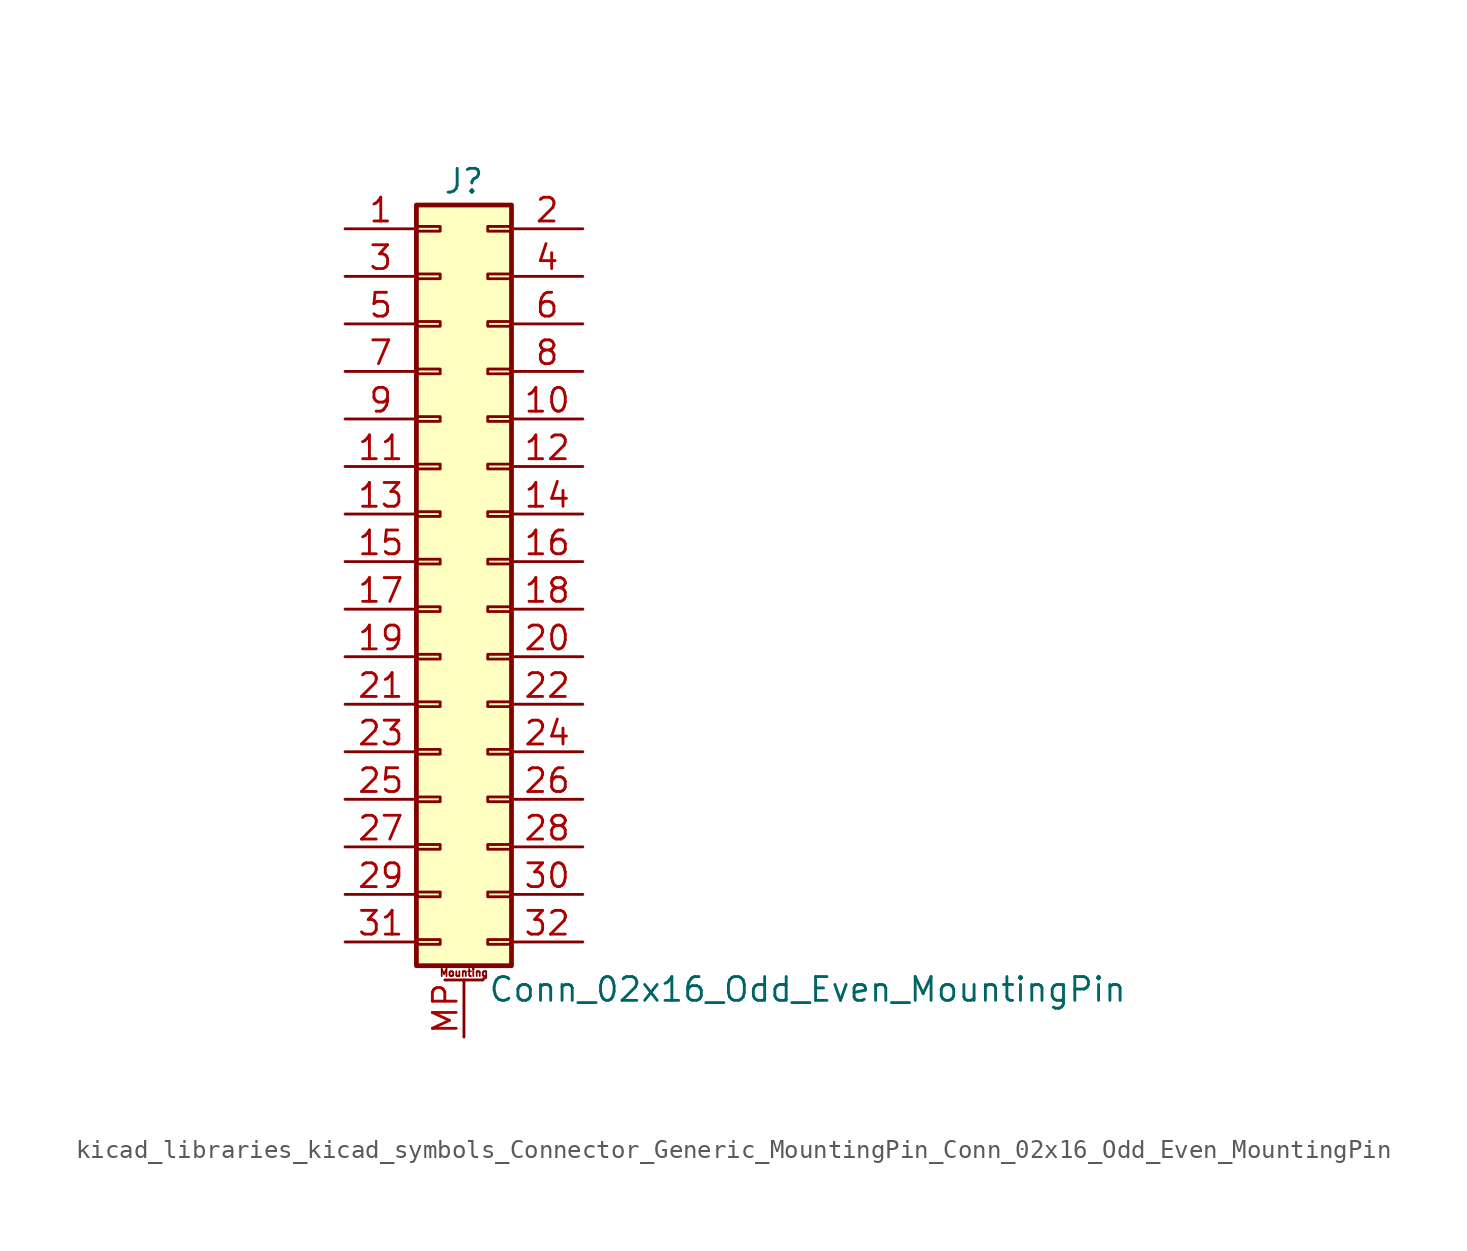
<source format=kicad_sym>
(kicad_symbol_lib
  (version 20220914)
  (generator kicad_symbol_editor)
  (symbol "kicad_libraries_kicad_symbols_Connector_Generic_MountingPin_Conn_02x16_Odd_Even_MountingPin"
    (pin_names
      (offset 1.016) hide)
    (property "Reference" "J"
      (at 1.27 20.32 0)
      (effects (font (size 1.27 1.27))))
    (property "Value" "Conn_02x16_Odd_Even_MountingPin"
      (at 2.54 -22.86 0)
      (effects (font (size 1.27 1.27)) (justify left)))
    (symbol "kicad_libraries_kicad_symbols_Connector_Generic_MountingPin_Conn_02x16_Odd_Even_MountingPin_1_1"
      (rectangle (start -1.27 -20.193) (end 0 -20.447) (stroke (width 0.152) (type default)) (fill (type none)))
      (rectangle (start -1.27 -17.653) (end 0 -17.907) (stroke (width 0.152) (type default)) (fill (type none)))
      (rectangle (start -1.27 -15.113) (end 0 -15.367) (stroke (width 0.152) (type default)) (fill (type none)))
      (rectangle (start -1.27 -12.573) (end 0 -12.827) (stroke (width 0.152) (type default)) (fill (type none)))
      (rectangle (start -1.27 -10.033) (end 0 -10.287) (stroke (width 0.152) (type default)) (fill (type none)))
      (rectangle (start -1.27 -7.493) (end 0 -7.747) (stroke (width 0.152) (type default)) (fill (type none)))
      (rectangle (start -1.27 -4.953) (end 0 -5.207) (stroke (width 0.152) (type default)) (fill (type none)))
      (rectangle (start -1.27 -2.413) (end 0 -2.667) (stroke (width 0.152) (type default)) (fill (type none)))
      (rectangle (start -1.27 0.127) (end 0 -0.127) (stroke (width 0.152) (type default)) (fill (type none)))
      (rectangle (start -1.27 2.667) (end 0 2.413) (stroke (width 0.152) (type default)) (fill (type none)))
      (rectangle (start -1.27 5.207) (end 0 4.953) (stroke (width 0.152) (type default)) (fill (type none)))
      (rectangle (start -1.27 7.747) (end 0 7.493) (stroke (width 0.152) (type default)) (fill (type none)))
      (rectangle (start -1.27 10.287) (end 0 10.033) (stroke (width 0.152) (type default)) (fill (type none)))
      (rectangle (start -1.27 12.827) (end 0 12.573) (stroke (width 0.152) (type default)) (fill (type none)))
      (rectangle (start -1.27 15.367) (end 0 15.113) (stroke (width 0.152) (type default)) (fill (type none)))
      (rectangle (start -1.27 17.907) (end 0 17.653) (stroke (width 0.152) (type default)) (fill (type none)))
      (rectangle (start -1.27 19.05) (end 3.81 -21.59) (stroke (width 0.254) (type default)) (fill (type background)))
      (polyline (pts (xy 0.254 -22.352) (xy 2.286 -22.352)) (stroke (width 0.152) (type default)) (fill (type none)))
      (rectangle (start 3.81 -20.193) (end 2.54 -20.447) (stroke (width 0.152) (type default)) (fill (type none)))
      (rectangle (start 3.81 -17.653) (end 2.54 -17.907) (stroke (width 0.152) (type default)) (fill (type none)))
      (rectangle (start 3.81 -15.113) (end 2.54 -15.367) (stroke (width 0.152) (type default)) (fill (type none)))
      (rectangle (start 3.81 -12.573) (end 2.54 -12.827) (stroke (width 0.152) (type default)) (fill (type none)))
      (rectangle (start 3.81 -10.033) (end 2.54 -10.287) (stroke (width 0.152) (type default)) (fill (type none)))
      (rectangle (start 3.81 -7.493) (end 2.54 -7.747) (stroke (width 0.152) (type default)) (fill (type none)))
      (rectangle (start 3.81 -4.953) (end 2.54 -5.207) (stroke (width 0.152) (type default)) (fill (type none)))
      (rectangle (start 3.81 -2.413) (end 2.54 -2.667) (stroke (width 0.152) (type default)) (fill (type none)))
      (rectangle (start 3.81 0.127) (end 2.54 -0.127) (stroke (width 0.152) (type default)) (fill (type none)))
      (rectangle (start 3.81 2.667) (end 2.54 2.413) (stroke (width 0.152) (type default)) (fill (type none)))
      (rectangle (start 3.81 5.207) (end 2.54 4.953) (stroke (width 0.152) (type default)) (fill (type none)))
      (rectangle (start 3.81 7.747) (end 2.54 7.493) (stroke (width 0.152) (type default)) (fill (type none)))
      (rectangle (start 3.81 10.287) (end 2.54 10.033) (stroke (width 0.152) (type default)) (fill (type none)))
      (rectangle (start 3.81 12.827) (end 2.54 12.573) (stroke (width 0.152) (type default)) (fill (type none)))
      (rectangle (start 3.81 15.367) (end 2.54 15.113) (stroke (width 0.152) (type default)) (fill (type none)))
      (rectangle (start 3.81 17.907) (end 2.54 17.653) (stroke (width 0.152) (type default)) (fill (type none)))
      (text "Mounting" (at 1.27 -21.971 0) (effects (font (size 0.381 0.381))))
      (pin passive line (at -5.08 17.78 0) (length 3.81) (name "Pin_1" (effects (font (size 1.27 1.27)))) (number "1" (effects (font (size 1.27 1.27)))))
      (pin passive line (at 7.62 7.62 180) (length 3.81) (name "Pin_10" (effects (font (size 1.27 1.27)))) (number "10" (effects (font (size 1.27 1.27)))))
      (pin passive line (at -5.08 5.08 0) (length 3.81) (name "Pin_11" (effects (font (size 1.27 1.27)))) (number "11" (effects (font (size 1.27 1.27)))))
      (pin passive line (at 7.62 5.08 180) (length 3.81) (name "Pin_12" (effects (font (size 1.27 1.27)))) (number "12" (effects (font (size 1.27 1.27)))))
      (pin passive line (at -5.08 2.54 0) (length 3.81) (name "Pin_13" (effects (font (size 1.27 1.27)))) (number "13" (effects (font (size 1.27 1.27)))))
      (pin passive line (at 7.62 2.54 180) (length 3.81) (name "Pin_14" (effects (font (size 1.27 1.27)))) (number "14" (effects (font (size 1.27 1.27)))))
      (pin passive line (at -5.08 0 0) (length 3.81) (name "Pin_15" (effects (font (size 1.27 1.27)))) (number "15" (effects (font (size 1.27 1.27)))))
      (pin passive line (at 7.62 0 180) (length 3.81) (name "Pin_16" (effects (font (size 1.27 1.27)))) (number "16" (effects (font (size 1.27 1.27)))))
      (pin passive line (at -5.08 -2.54 0) (length 3.81) (name "Pin_17" (effects (font (size 1.27 1.27)))) (number "17" (effects (font (size 1.27 1.27)))))
      (pin passive line (at 7.62 -2.54 180) (length 3.81) (name "Pin_18" (effects (font (size 1.27 1.27)))) (number "18" (effects (font (size 1.27 1.27)))))
      (pin passive line (at -5.08 -5.08 0) (length 3.81) (name "Pin_19" (effects (font (size 1.27 1.27)))) (number "19" (effects (font (size 1.27 1.27)))))
      (pin passive line (at 7.62 17.78 180) (length 3.81) (name "Pin_2" (effects (font (size 1.27 1.27)))) (number "2" (effects (font (size 1.27 1.27)))))
      (pin passive line (at 7.62 -5.08 180) (length 3.81) (name "Pin_20" (effects (font (size 1.27 1.27)))) (number "20" (effects (font (size 1.27 1.27)))))
      (pin passive line (at -5.08 -7.62 0) (length 3.81) (name "Pin_21" (effects (font (size 1.27 1.27)))) (number "21" (effects (font (size 1.27 1.27)))))
      (pin passive line (at 7.62 -7.62 180) (length 3.81) (name "Pin_22" (effects (font (size 1.27 1.27)))) (number "22" (effects (font (size 1.27 1.27)))))
      (pin passive line (at -5.08 -10.16 0) (length 3.81) (name "Pin_23" (effects (font (size 1.27 1.27)))) (number "23" (effects (font (size 1.27 1.27)))))
      (pin passive line (at 7.62 -10.16 180) (length 3.81) (name "Pin_24" (effects (font (size 1.27 1.27)))) (number "24" (effects (font (size 1.27 1.27)))))
      (pin passive line (at -5.08 -12.7 0) (length 3.81) (name "Pin_25" (effects (font (size 1.27 1.27)))) (number "25" (effects (font (size 1.27 1.27)))))
      (pin passive line (at 7.62 -12.7 180) (length 3.81) (name "Pin_26" (effects (font (size 1.27 1.27)))) (number "26" (effects (font (size 1.27 1.27)))))
      (pin passive line (at -5.08 -15.24 0) (length 3.81) (name "Pin_27" (effects (font (size 1.27 1.27)))) (number "27" (effects (font (size 1.27 1.27)))))
      (pin passive line (at 7.62 -15.24 180) (length 3.81) (name "Pin_28" (effects (font (size 1.27 1.27)))) (number "28" (effects (font (size 1.27 1.27)))))
      (pin passive line (at -5.08 -17.78 0) (length 3.81) (name "Pin_29" (effects (font (size 1.27 1.27)))) (number "29" (effects (font (size 1.27 1.27)))))
      (pin passive line (at -5.08 15.24 0) (length 3.81) (name "Pin_3" (effects (font (size 1.27 1.27)))) (number "3" (effects (font (size 1.27 1.27)))))
      (pin passive line (at 7.62 -17.78 180) (length 3.81) (name "Pin_30" (effects (font (size 1.27 1.27)))) (number "30" (effects (font (size 1.27 1.27)))))
      (pin passive line (at -5.08 -20.32 0) (length 3.81) (name "Pin_31" (effects (font (size 1.27 1.27)))) (number "31" (effects (font (size 1.27 1.27)))))
      (pin passive line (at 7.62 -20.32 180) (length 3.81) (name "Pin_32" (effects (font (size 1.27 1.27)))) (number "32" (effects (font (size 1.27 1.27)))))
      (pin passive line (at 7.62 15.24 180) (length 3.81) (name "Pin_4" (effects (font (size 1.27 1.27)))) (number "4" (effects (font (size 1.27 1.27)))))
      (pin passive line (at -5.08 12.7 0) (length 3.81) (name "Pin_5" (effects (font (size 1.27 1.27)))) (number "5" (effects (font (size 1.27 1.27)))))
      (pin passive line (at 7.62 12.7 180) (length 3.81) (name "Pin_6" (effects (font (size 1.27 1.27)))) (number "6" (effects (font (size 1.27 1.27)))))
      (pin passive line (at -5.08 10.16 0) (length 3.81) (name "Pin_7" (effects (font (size 1.27 1.27)))) (number "7" (effects (font (size 1.27 1.27)))))
      (pin passive line (at 7.62 10.16 180) (length 3.81) (name "Pin_8" (effects (font (size 1.27 1.27)))) (number "8" (effects (font (size 1.27 1.27)))))
      (pin passive line (at -5.08 7.62 0) (length 3.81) (name "Pin_9" (effects (font (size 1.27 1.27)))) (number "9" (effects (font (size 1.27 1.27)))))
      (pin passive line (at 1.27 -25.4 90) (length 3.048) (name "MountPin" (effects (font (size 1.27 1.27)))) (number "MP" (effects (font (size 1.27 1.27))))))))
</source>
